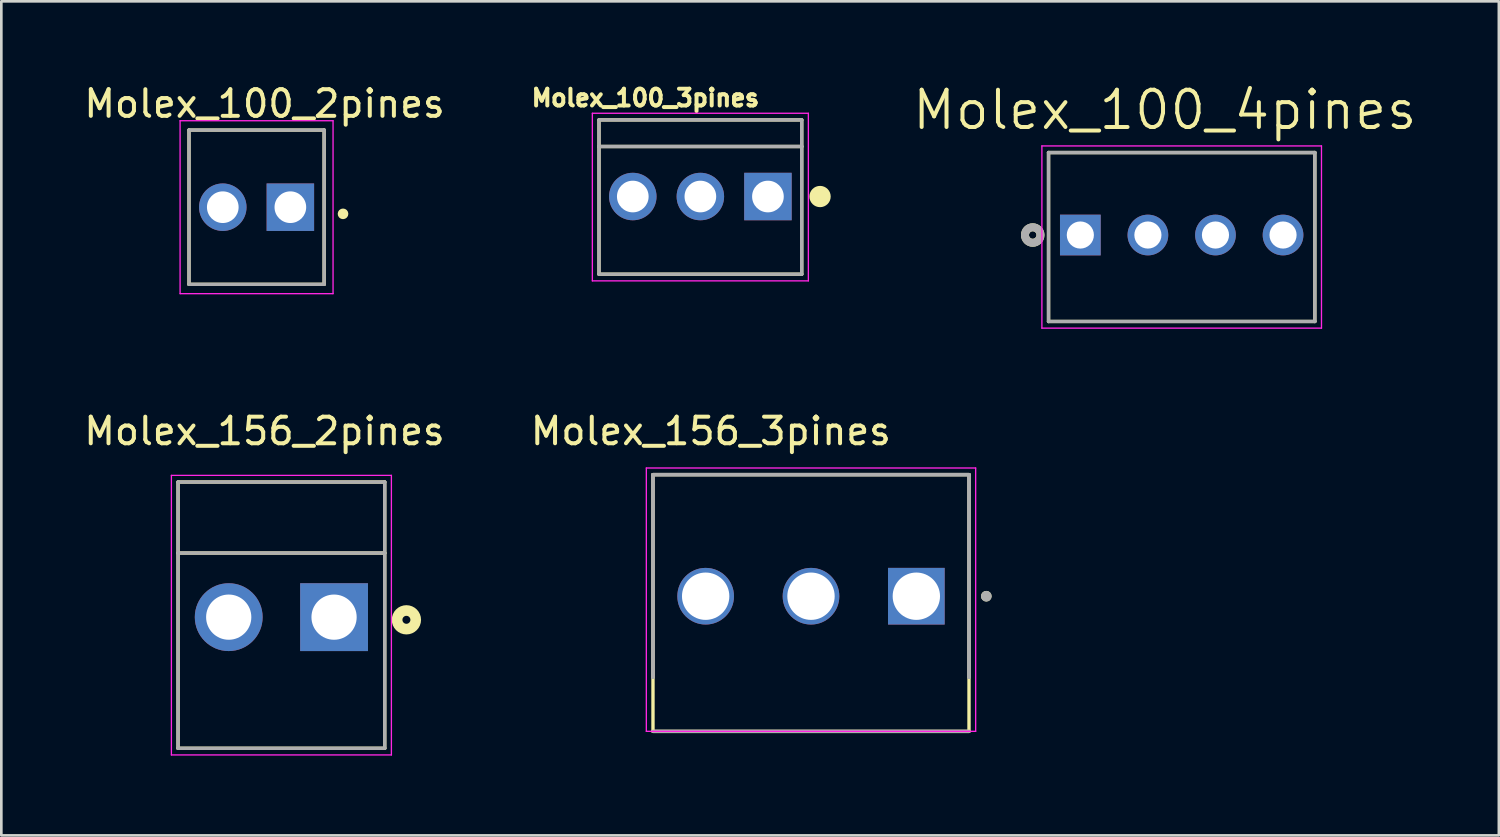
<source format=kicad_pcb>
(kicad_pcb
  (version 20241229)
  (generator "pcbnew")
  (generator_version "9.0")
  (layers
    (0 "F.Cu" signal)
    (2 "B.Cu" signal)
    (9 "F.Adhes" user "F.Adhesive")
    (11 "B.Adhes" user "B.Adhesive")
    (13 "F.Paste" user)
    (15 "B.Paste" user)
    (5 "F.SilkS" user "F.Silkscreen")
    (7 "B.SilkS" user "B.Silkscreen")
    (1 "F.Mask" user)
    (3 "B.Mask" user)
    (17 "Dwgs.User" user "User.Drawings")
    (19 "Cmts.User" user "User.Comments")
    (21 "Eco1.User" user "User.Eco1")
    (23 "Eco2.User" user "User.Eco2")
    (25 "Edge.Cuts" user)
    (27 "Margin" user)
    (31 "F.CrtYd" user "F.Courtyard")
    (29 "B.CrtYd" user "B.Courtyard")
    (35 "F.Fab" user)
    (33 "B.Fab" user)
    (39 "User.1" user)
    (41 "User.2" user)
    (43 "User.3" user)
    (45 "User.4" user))
  (footprint "Molex_100_3pines"
    (layer "F.Cu")
    (at 23.278 4.338)
    (property "Reference" "Molex_100_3pines" (at -2.064 -3.707 0) (layer "F.SilkS") (effects (font (size 0.63 0.63) (thickness 0.15))))
    (attr through_hole)
    (fp_line (start -3.81 -2.88) (end -3.81 -1.88) (stroke (width 0.127) (type solid)) (layer "F.SilkS"))
    (fp_line (start -3.81 -1.88) (end -3.81 2.92) (stroke (width 0.127) (type solid)) (layer "F.SilkS"))
    (fp_line (start -3.81 -1.88) (end 3.81 -1.88) (stroke (width 0.127) (type solid)) (layer "F.SilkS"))
    (fp_line (start -3.81 2.92) (end 3.81 2.92) (stroke (width 0.127) (type solid)) (layer "F.SilkS"))
    (fp_line (start 3.81 -2.88) (end -3.81 -2.88) (stroke (width 0.127) (type solid)) (layer "F.SilkS"))
    (fp_line (start 3.81 -1.88) (end 3.81 -2.88) (stroke (width 0.127) (type solid)) (layer "F.SilkS"))
    (fp_line (start 3.81 2.92) (end 3.81 -1.88) (stroke (width 0.127) (type solid)) (layer "F.SilkS"))
    (fp_circle (center 4.5 0) (end 4.7 0) (stroke (width 0.4) (type solid)) (fill no) (layer "F.SilkS"))
    (fp_line (start -4.06 -3.13) (end -4.06 3.17) (stroke (width 0.05) (type solid)) (layer "F.CrtYd"))
    (fp_line (start -4.06 3.17) (end 4.06 3.17) (stroke (width 0.05) (type solid)) (layer "F.CrtYd"))
    (fp_line (start 4.06 -3.13) (end -4.06 -3.13) (stroke (width 0.05) (type solid)) (layer "F.CrtYd"))
    (fp_line (start 4.06 3.17) (end 4.06 -3.13) (stroke (width 0.05) (type solid)) (layer "F.CrtYd"))
    (fp_line (start -3.81 -2.88) (end -3.81 -1.88) (stroke (width 0.127) (type solid)) (layer "F.Fab"))
    (fp_line (start -3.81 -1.88) (end -3.81 2.92) (stroke (width 0.127) (type solid)) (layer "F.Fab"))
    (fp_line (start -3.81 -1.88) (end 3.81 -1.88) (stroke (width 0.127) (type solid)) (layer "F.Fab"))
    (fp_line (start -3.81 2.92) (end 3.81 2.92) (stroke (width 0.127) (type solid)) (layer "F.Fab"))
    (fp_line (start 3.81 -2.88) (end -3.81 -2.88) (stroke (width 0.127) (type solid)) (layer "F.Fab"))
    (fp_line (start 3.81 -1.88) (end 3.81 -2.88) (stroke (width 0.127) (type solid)) (layer "F.Fab"))
    (fp_line (start 3.81 2.92) (end 3.81 -1.88) (stroke (width 0.127) (type solid)) (layer "F.Fab"))
    (fp_circle (center 2.54 0) (end 2.74 0) (stroke (width 0.4) (type solid)) (fill no) (layer "F.Fab"))
    (pad "1" thru_hole rect (at 2.54 0) (size 1.785 1.785) (drill 1.19) (layers "*.Cu" "*.Mask"))
    (pad "2" thru_hole circle (at 0 0) (size 1.785 1.785) (drill 1.19) (layers "*.Cu" "*.Mask"))
    (pad "3" thru_hole circle (at -2.54 0) (size 1.785 1.785) (drill 1.19) (layers "*.Cu" "*.Mask")))
  (footprint "Molex_156_3pines"
    (layer "F.Cu")
    (at 27.437 19.363)
    (property "Reference" "Molex_156_3pines" (at -3.765 -6.205 0) (layer "F.SilkS") (effects (font (size 1 1) (thickness 0.15))))
    (attr through_hole)
    (fp_line (start -5.94 5.08) (end -5.94 -4.57) (stroke (width 0.127) (type solid)) (layer "F.SilkS"))
    (fp_line (start 5.94 -4.57) (end -5.94 -4.57) (stroke (width 0.127) (type solid)) (layer "F.SilkS"))
    (fp_line (start 5.94 -4.57) (end 5.94 5.08) (stroke (width 0.127) (type solid)) (layer "F.SilkS"))
    (fp_line (start 5.94 5.08) (end -5.94 5.08) (stroke (width 0.127) (type solid)) (layer "F.SilkS"))
    (fp_circle (center 6.59 0) (end 6.69 0) (stroke (width 0.2) (type solid)) (fill no) (layer "F.SilkS"))
    (fp_line (start -6.19 -4.82) (end 6.19 -4.82) (stroke (width 0.05) (type solid)) (layer "F.CrtYd"))
    (fp_line (start -6.19 5.08) (end -6.19 -4.82) (stroke (width 0.05) (type solid)) (layer "F.CrtYd"))
    (fp_line (start 6.19 -4.82) (end 6.19 5.08) (stroke (width 0.05) (type solid)) (layer "F.CrtYd"))
    (fp_line (start 6.19 5.08) (end -6.19 5.08) (stroke (width 0.05) (type solid)) (layer "F.CrtYd"))
    (fp_line (start -5.94 -4.57) (end 5.94 -4.57) (stroke (width 0.127) (type solid)) (layer "F.Fab"))
    (fp_line (start -5.94 -4.57) (end 5.94 -4.57) (stroke (width 0.127) (type solid)) (layer "F.Fab"))
    (fp_line (start -5.94 3.05) (end -5.94 -4.57) (stroke (width 0.127) (type solid)) (layer "F.Fab"))
    (fp_line (start -5.94 3.05) (end -5.94 -4.57) (stroke (width 0.127) (type solid)) (layer "F.Fab"))
    (fp_line (start 5.94 -4.57) (end 5.94 3.05) (stroke (width 0.127) (type solid)) (layer "F.Fab"))
    (fp_line (start 5.94 -4.57) (end 5.94 3.05) (stroke (width 0.127) (type solid)) (layer "F.Fab"))
    (fp_line (start 5.94 5.08) (end -5.94 5.08) (stroke (width 0.127) (type solid)) (layer "F.Fab"))
    (fp_circle (center 6.59 0) (end 6.69 0) (stroke (width 0.2) (type solid)) (fill no) (layer "F.Fab"))
    (pad "1" thru_hole rect (at 3.96 0) (size 2.13 2.13) (drill 1.78) (layers "*.Cu" "*.Mask"))
    (pad "2" thru_hole circle (at 0 0) (size 2.13 2.13) (drill 1.78) (layers "*.Cu" "*.Mask"))
    (pad "3" thru_hole circle (at -3.96 0) (size 2.13 2.13) (drill 1.78) (layers "*.Cu" "*.Mask")))
  (footprint "Molex_100_4pines"
    (layer "F.Cu")
    (at 41.372 5.785)
    (property "Reference" "Molex_100_4pines" (at -0.635 -4.702 0) (layer "F.SilkS") (effects (font (size 1.401 1.401) (thickness 0.15))))
    (attr through_hole)
    (fp_line (start -5.005 -3.1) (end 5.005 -3.1) (stroke (width 0.127) (type solid)) (layer "F.SilkS"))
    (fp_line (start -5.005 3.25) (end -5.005 -3.1) (stroke (width 0.127) (type solid)) (layer "F.SilkS"))
    (fp_line (start 5.005 -3.1) (end 5.005 3.25) (stroke (width 0.127) (type solid)) (layer "F.SilkS"))
    (fp_line (start 5.005 3.25) (end -5.005 3.25) (stroke (width 0.127) (type solid)) (layer "F.SilkS"))
    (fp_circle (center -5.6 0) (end -5.459 0) (stroke (width 0.3) (type solid)) (fill no) (layer "F.SilkS"))
    (fp_line (start -5.255 -3.35) (end 5.255 -3.35) (stroke (width 0.05) (type solid)) (layer "F.CrtYd"))
    (fp_line (start -5.255 3.5) (end -5.255 -3.35) (stroke (width 0.05) (type solid)) (layer "F.CrtYd"))
    (fp_line (start 5.255 -3.35) (end 5.255 3.5) (stroke (width 0.05) (type solid)) (layer "F.CrtYd"))
    (fp_line (start 5.255 3.5) (end -5.255 3.5) (stroke (width 0.05) (type solid)) (layer "F.CrtYd"))
    (fp_line (start -5.005 -3.1) (end 5.005 -3.1) (stroke (width 0.127) (type solid)) (layer "F.Fab"))
    (fp_line (start -5.005 3.25) (end -5.005 -3.1) (stroke (width 0.127) (type solid)) (layer "F.Fab"))
    (fp_line (start 5.005 -3.1) (end 5.005 3.25) (stroke (width 0.127) (type solid)) (layer "F.Fab"))
    (fp_line (start 5.005 3.25) (end -5.005 3.25) (stroke (width 0.127) (type solid)) (layer "F.Fab"))
    (fp_circle (center -5.6 0) (end -5.459 0) (stroke (width 0.3) (type solid)) (fill no) (layer "F.Fab"))
    (pad "1" thru_hole rect (at -3.81 0) (size 1.53 1.53) (drill 1.02) (layers "*.Cu" "*.Mask"))
    (pad "2" thru_hole circle (at -1.27 0) (size 1.53 1.53) (drill 1.02) (layers "*.Cu" "*.Mask"))
    (pad "3" thru_hole circle (at 1.27 0) (size 1.53 1.53) (drill 1.02) (layers "*.Cu" "*.Mask"))
    (pad "4" thru_hole circle (at 3.81 0) (size 1.53 1.53) (drill 1.02) (layers "*.Cu" "*.Mask")))
  (footprint "Molex_100_2pines"
    (layer "F.Cu")
    (at 6.595 4.739)
    (property "Reference" "Molex_100_2pines" (at 0.3 -3.89 0) (layer "F.SilkS") (effects (font (size 1.001 1.001) (thickness 0.15))))
    (attr through_hole)
    (fp_line (start -2.54 -2.9) (end 2.54 -2.9) (stroke (width 0.127) (type solid)) (layer "F.SilkS"))
    (fp_line (start -2.54 2.9) (end -2.54 -2.9) (stroke (width 0.127) (type solid)) (layer "F.SilkS"))
    (fp_line (start 2.54 -2.9) (end 2.54 2.9) (stroke (width 0.127) (type solid)) (layer "F.SilkS"))
    (fp_line (start 2.54 2.9) (end -2.54 2.9) (stroke (width 0.127) (type solid)) (layer "F.SilkS"))
    (fp_circle (center 3.25 0.25) (end 3.35 0.25) (stroke (width 0.2) (type solid)) (fill no) (layer "F.SilkS"))
    (fp_line (start -2.875 -3.25) (end 2.875 -3.25) (stroke (width 0.05) (type solid)) (layer "F.CrtYd"))
    (fp_line (start -2.875 3.25) (end -2.875 -3.25) (stroke (width 0.05) (type solid)) (layer "F.CrtYd"))
    (fp_line (start 2.875 -3.25) (end 2.875 3.25) (stroke (width 0.05) (type solid)) (layer "F.CrtYd"))
    (fp_line (start 2.875 3.25) (end -2.875 3.25) (stroke (width 0.05) (type solid)) (layer "F.CrtYd"))
    (fp_line (start -2.54 -2.9) (end 2.54 -2.9) (stroke (width 0.127) (type solid)) (layer "F.Fab"))
    (fp_line (start -2.54 2.9) (end -2.54 -2.9) (stroke (width 0.127) (type solid)) (layer "F.Fab"))
    (fp_line (start 2.54 -2.9) (end 2.54 2.9) (stroke (width 0.127) (type solid)) (layer "F.Fab"))
    (fp_line (start 2.54 2.9) (end -2.54 2.9) (stroke (width 0.127) (type solid)) (layer "F.Fab"))
    (pad "1" thru_hole rect (at 1.27 0) (size 1.785 1.785) (drill 1.19) (layers "*.Cu" "*.Mask"))
    (pad "2" thru_hole circle (at -1.27 0) (size 1.785 1.785) (drill 1.19) (layers "*.Cu" "*.Mask")))
  (footprint "Molex_156_2pines"
    (layer "F.Cu")
    (at 7.528 20.15)
    (property "Reference" "Molex_156_2pines" (at -0.636 -6.991 0) (layer "F.SilkS") (effects (font (size 1.001 1.001) (thickness 0.15))))
    (attr through_hole)
    (fp_line (start -3.885 -5.08) (end 3.885 -5.08) (stroke (width 0.127) (type solid)) (layer "F.SilkS"))
    (fp_line (start -3.885 -2.41) (end -3.885 -5.08) (stroke (width 0.127) (type solid)) (layer "F.SilkS"))
    (fp_line (start -3.885 -2.41) (end 3.885 -2.41) (stroke (width 0.127) (type solid)) (layer "F.SilkS"))
    (fp_line (start -3.885 4.93) (end -3.885 -2.41) (stroke (width 0.127) (type solid)) (layer "F.SilkS"))
    (fp_line (start 3.885 -5.08) (end 3.885 -2.41) (stroke (width 0.127) (type solid)) (layer "F.SilkS"))
    (fp_line (start 3.885 -2.41) (end 3.885 4.93) (stroke (width 0.127) (type solid)) (layer "F.SilkS"))
    (fp_line (start 3.885 4.93) (end -3.885 4.93) (stroke (width 0.127) (type solid)) (layer "F.SilkS"))
    (fp_circle (center 4.7 0.1) (end 4.85 0.1) (stroke (width 0.4) (type solid)) (fill no) (layer "F.SilkS"))
    (fp_line (start -4.135 -5.33) (end 4.135 -5.33) (stroke (width 0.05) (type solid)) (layer "F.CrtYd"))
    (fp_line (start -4.135 5.18) (end -4.135 -5.33) (stroke (width 0.05) (type solid)) (layer "F.CrtYd"))
    (fp_line (start 4.135 -5.33) (end 4.135 5.18) (stroke (width 0.05) (type solid)) (layer "F.CrtYd"))
    (fp_line (start 4.135 5.18) (end -4.135 5.18) (stroke (width 0.05) (type solid)) (layer "F.CrtYd"))
    (fp_line (start -3.885 -5.08) (end 3.885 -5.08) (stroke (width 0.127) (type solid)) (layer "F.Fab"))
    (fp_line (start -3.885 -2.41) (end 3.885 -2.41) (stroke (width 0.127) (type solid)) (layer "F.Fab"))
    (fp_line (start -3.885 4.93) (end -3.885 -5.08) (stroke (width 0.127) (type solid)) (layer "F.Fab"))
    (fp_line (start 3.885 -5.08) (end 3.885 4.93) (stroke (width 0.127) (type solid)) (layer "F.Fab"))
    (fp_line (start 3.885 4.93) (end -3.885 4.93) (stroke (width 0.127) (type solid)) (layer "F.Fab"))
    (pad "1" thru_hole rect (at 1.98 0) (size 2.55 2.55) (drill 1.7) (layers "*.Cu" "*.Mask"))
    (pad "2" thru_hole circle (at -1.98 0) (size 2.55 2.55) (drill 1.7) (layers "*.Cu" "*.Mask")))
  (gr_rect
    (start -3 -3)
    (end 53.295 28.355)
    (stroke (width 0.1) (type default))
    (fill no)
    (layer "Edge.Cuts")))
</source>
